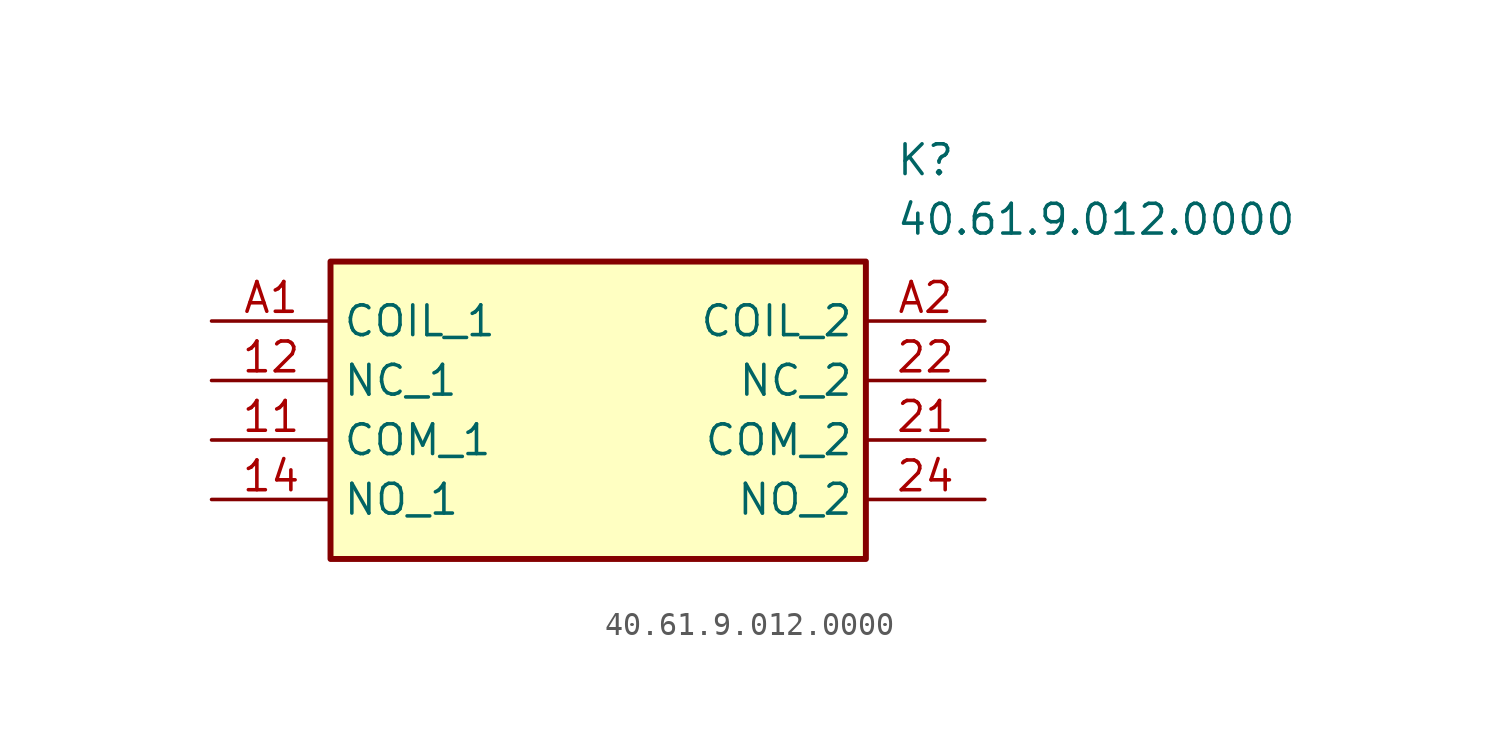
<source format=kicad_sym>
(kicad_symbol_lib
  (version 20211014)
  (generator SamacSys_ECAD_Model)
  (symbol "40.61.9.012.0000"
    (property "Reference" "K"
      (at 29.21 7.62 0)
      (effects (font (size 1.27 1.27)) (justify left top)))
    (property "Value" "40.61.9.012.0000"
      (at 29.21 5.08 0)
      (effects (font (size 1.27 1.27)) (justify left top)))
    (rectangle
      (start 5.08 2.54)
      (end 27.94 -10.16)
      (stroke (width 0.254) (type default))
      (fill (type background)))
    (pin passive line
      (at 0 -5.08 0)
      (length 5.08)
      (name "COM_1" (effects (font (size 1.27 1.27))))
      (number "11" (effects (font (size 1.27 1.27)))))
    (pin passive line
      (at 0 -2.54 0)
      (length 5.08)
      (name "NC_1" (effects (font (size 1.27 1.27))))
      (number "12" (effects (font (size 1.27 1.27)))))
    (pin passive line
      (at 0 -7.62 0)
      (length 5.08)
      (name "NO_1" (effects (font (size 1.27 1.27))))
      (number "14" (effects (font (size 1.27 1.27)))))
    (pin passive line
      (at 33.02 -5.08 180)
      (length 5.08)
      (name "COM_2" (effects (font (size 1.27 1.27))))
      (number "21" (effects (font (size 1.27 1.27)))))
    (pin passive line
      (at 33.02 -2.54 180)
      (length 5.08)
      (name "NC_2" (effects (font (size 1.27 1.27))))
      (number "22" (effects (font (size 1.27 1.27)))))
    (pin passive line
      (at 33.02 -7.62 180)
      (length 5.08)
      (name "NO_2" (effects (font (size 1.27 1.27))))
      (number "24" (effects (font (size 1.27 1.27)))))
    (pin passive line
      (at 0 0 0)
      (length 5.08)
      (name "COIL_1" (effects (font (size 1.27 1.27))))
      (number "A1" (effects (font (size 1.27 1.27)))))
    (pin passive line
      (at 33.02 0 180)
      (length 5.08)
      (name "COIL_2" (effects (font (size 1.27 1.27))))
      (number "A2" (effects (font (size 1.27 1.27)))))))
</source>
